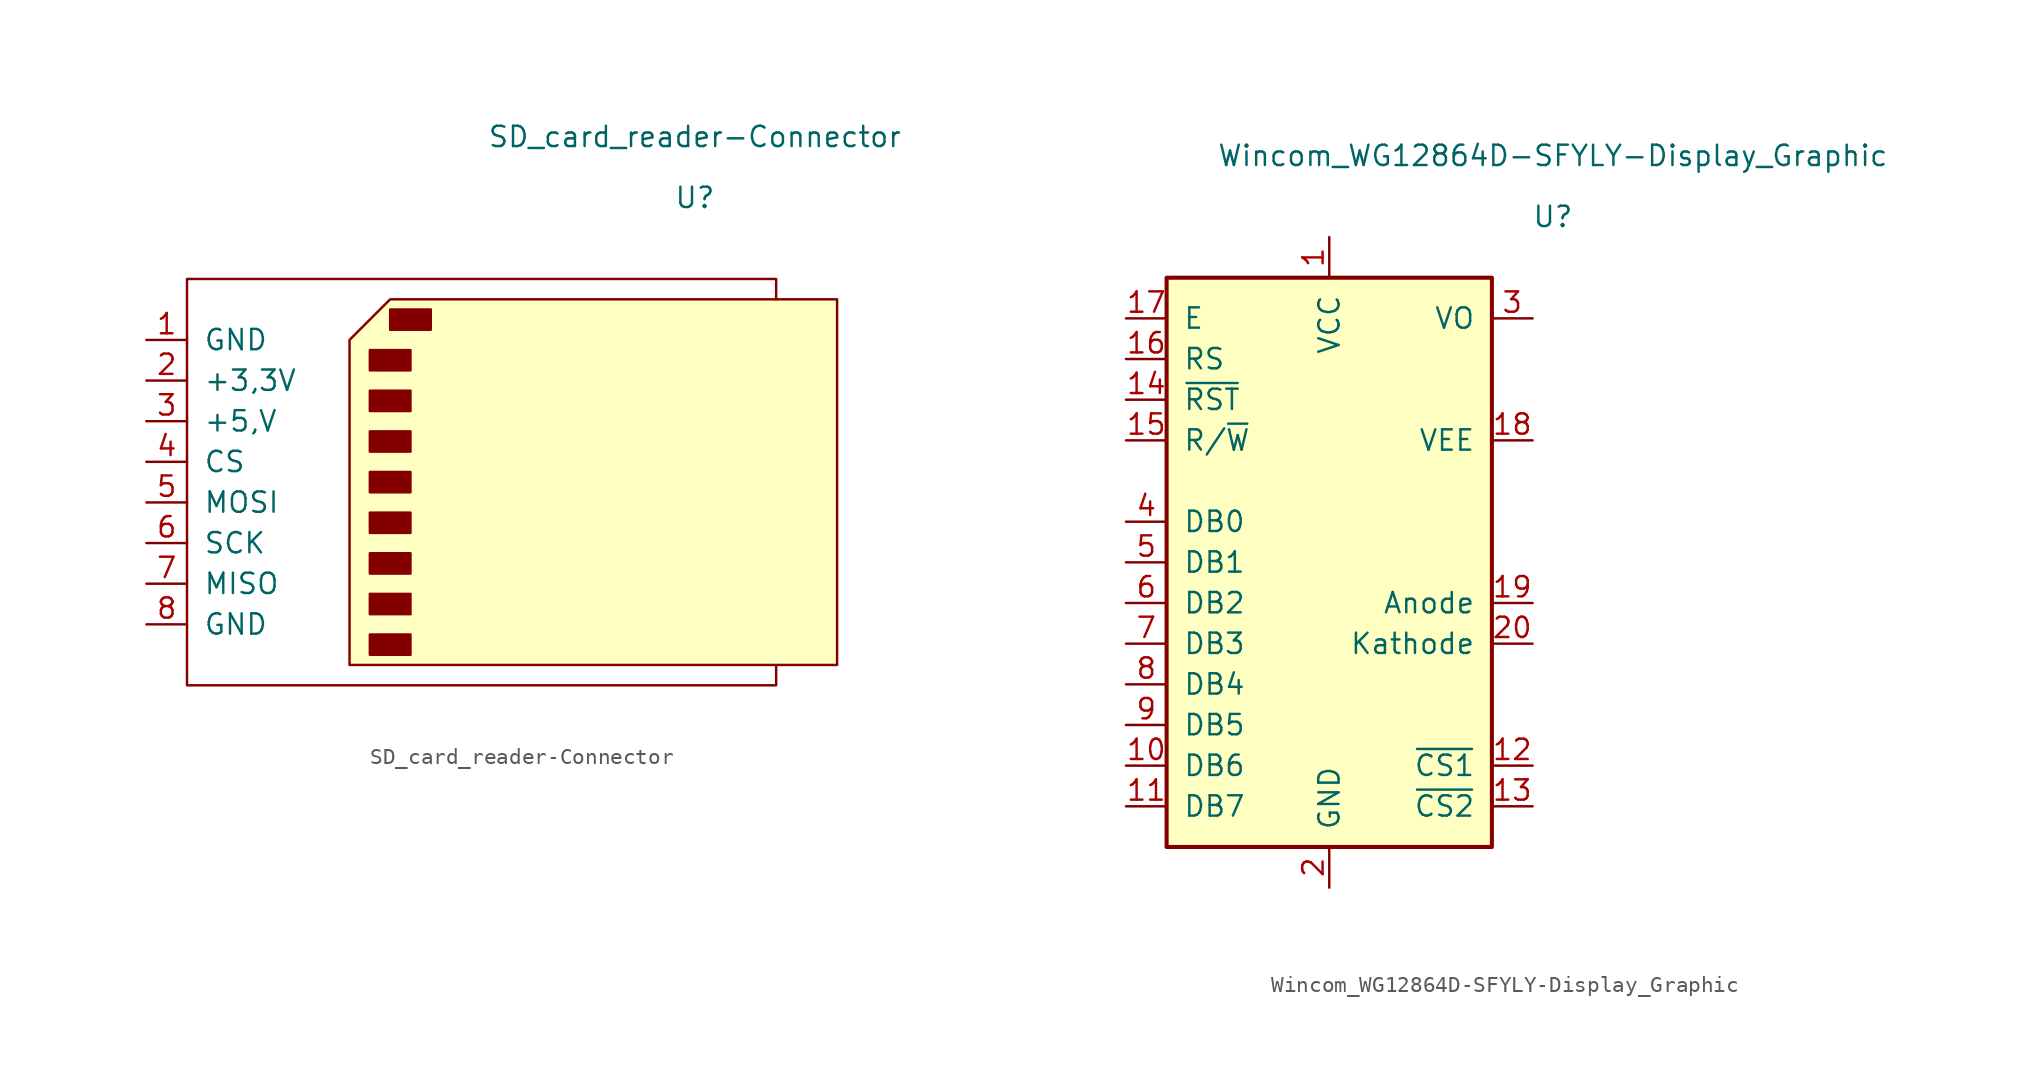
<source format=kicad_sym>
(kicad_symbol_lib
  (version 20220914)
  (generator kicad_symbol_editor)
  (symbol "SD_card_reader-Connector"
    (pin_names
      (offset 1.016))
    (property "Reference" "U"
      (at 10.16 17.78 0)
      (effects (font (size 1.27 1.27))))
    (property "Value" "SD_card_reader-Connector"
      (at 10.16 21.59 0)
      (effects (font (size 1.27 1.27))))
    (symbol "SD_card_reader-Connector_0_1"
      (rectangle (start -10.16 -9.525) (end -7.62 -10.795) (stroke (width 0) (type solid)) (fill (type outline)))
      (rectangle (start -10.16 -6.985) (end -7.62 -8.255) (stroke (width 0) (type solid)) (fill (type outline)))
      (rectangle (start -10.16 -4.445) (end -7.62 -5.715) (stroke (width 0) (type solid)) (fill (type outline)))
      (rectangle (start -10.16 -1.905) (end -7.62 -3.175) (stroke (width 0) (type solid)) (fill (type outline)))
      (rectangle (start -10.16 0.635) (end -7.62 -0.635) (stroke (width 0) (type solid)) (fill (type outline)))
      (rectangle (start -10.16 3.175) (end -7.62 1.905) (stroke (width 0) (type solid)) (fill (type outline)))
      (rectangle (start -10.16 5.715) (end -7.62 4.445) (stroke (width 0) (type solid)) (fill (type outline)))
      (rectangle (start -10.16 8.255) (end -7.62 6.985) (stroke (width 0) (type solid)) (fill (type outline)))
      (rectangle (start -8.89 10.795) (end -6.35 9.525) (stroke (width 0) (type solid)) (fill (type outline)))
      (polyline (pts (xy -11.43 8.89) (xy -8.89 11.43) (xy 19.05 11.43) (xy 19.05 -11.43) (xy -11.43 -11.43) (xy -11.43 8.89)) (stroke (width 0) (type solid)) (fill (type background)))
      (polyline (pts (xy 15.24 11.43) (xy 15.24 12.7) (xy -21.59 12.7) (xy -21.59 -12.7) (xy 15.24 -12.7) (xy 15.24 -11.43)) (stroke (width 0) (type solid)) (fill (type none))))
    (symbol "SD_card_reader-Connector_1_1"
      (pin power_out line (at -24.13 8.89 0) (length 2.54) (name "GND" (effects (font (size 1.27 1.27)))) (number "1" (effects (font (size 1.27 1.27)))))
      (pin power_in line (at -24.13 6.35 0) (length 2.54) (name "+3,3V" (effects (font (size 1.27 1.27)))) (number "2" (effects (font (size 1.27 1.27)))))
      (pin power_in line (at -24.13 3.81 0) (length 2.54) (name "+5,V" (effects (font (size 1.27 1.27)))) (number "3" (effects (font (size 1.27 1.27)))))
      (pin input line (at -24.13 1.27 0) (length 2.54) (name "CS" (effects (font (size 1.27 1.27)))) (number "4" (effects (font (size 1.27 1.27)))))
      (pin input line (at -24.13 -1.27 0) (length 2.54) (name "MOSI" (effects (font (size 1.27 1.27)))) (number "5" (effects (font (size 1.27 1.27)))))
      (pin input line (at -24.13 -3.81 0) (length 2.54) (name "SCK" (effects (font (size 1.27 1.27)))) (number "6" (effects (font (size 1.27 1.27)))))
      (pin output line (at -24.13 -6.35 0) (length 2.54) (name "MISO" (effects (font (size 1.27 1.27)))) (number "7" (effects (font (size 1.27 1.27)))))
      (pin power_out line (at -24.13 -8.89 0) (length 2.54) (name "GND" (effects (font (size 1.27 1.27)))) (number "8" (effects (font (size 1.27 1.27)))))))
  (symbol "Wincom_WG12864D-SFYLY-Display_Graphic"
    (pin_names
      (offset 1.016))
    (property "Reference" "U"
      (at 13.97 22.86 0)
      (effects (font (size 1.27 1.27))))
    (property "Value" "Wincom_WG12864D-SFYLY-Display_Graphic"
      (at 13.97 26.67 0)
      (effects (font (size 1.27 1.27))))
    (symbol "Wincom_WG12864D-SFYLY-Display_Graphic_0_1"
      (rectangle (start -10.16 19.05) (end 10.16 -16.51) (stroke (width 0.254) (type solid)) (fill (type background))))
    (symbol "Wincom_WG12864D-SFYLY-Display_Graphic_1_1"
      (pin power_in line (at 0 21.59 270) (length 2.54) (name "VCC" (effects (font (size 1.27 1.27)))) (number "1" (effects (font (size 1.27 1.27)))))
      (pin bidirectional line (at -12.7 -11.43 0) (length 2.54) (name "DB6" (effects (font (size 1.27 1.27)))) (number "10" (effects (font (size 1.27 1.27)))))
      (pin bidirectional line (at -12.7 -13.97 0) (length 2.54) (name "DB7" (effects (font (size 1.27 1.27)))) (number "11" (effects (font (size 1.27 1.27)))))
      (pin input line (at 12.7 -11.43 180) (length 2.54) (name "~{CS1}" (effects (font (size 1.27 1.27)))) (number "12" (effects (font (size 1.27 1.27)))))
      (pin input line (at 12.7 -13.97 180) (length 2.54) (name "~{CS2}" (effects (font (size 1.27 1.27)))) (number "13" (effects (font (size 1.27 1.27)))))
      (pin input line (at -12.7 11.43 0) (length 2.54) (name "~{RST}" (effects (font (size 1.27 1.27)))) (number "14" (effects (font (size 1.27 1.27)))))
      (pin input line (at -12.7 8.89 0) (length 2.54) (name "R/~{W}" (effects (font (size 1.27 1.27)))) (number "15" (effects (font (size 1.27 1.27)))))
      (pin input line (at -12.7 13.97 0) (length 2.54) (name "RS" (effects (font (size 1.27 1.27)))) (number "16" (effects (font (size 1.27 1.27)))))
      (pin input line (at -12.7 16.51 0) (length 2.54) (name "E" (effects (font (size 1.27 1.27)))) (number "17" (effects (font (size 1.27 1.27)))))
      (pin passive line (at 12.7 8.89 180) (length 2.54) (name "VEE" (effects (font (size 1.27 1.27)))) (number "18" (effects (font (size 1.27 1.27)))))
      (pin input line (at 12.7 -1.27 180) (length 2.54) (name "Anode" (effects (font (size 1.27 1.27)))) (number "19" (effects (font (size 1.27 1.27)))))
      (pin power_in line (at 0 -19.05 90) (length 2.54) (name "GND" (effects (font (size 1.27 1.27)))) (number "2" (effects (font (size 1.27 1.27)))))
      (pin input line (at 12.7 -3.81 180) (length 2.54) (name "Kathode" (effects (font (size 1.27 1.27)))) (number "20" (effects (font (size 1.27 1.27)))))
      (pin passive line (at 12.7 16.51 180) (length 2.54) (name "VO" (effects (font (size 1.27 1.27)))) (number "3" (effects (font (size 1.27 1.27)))))
      (pin bidirectional line (at -12.7 3.81 0) (length 2.54) (name "DB0" (effects (font (size 1.27 1.27)))) (number "4" (effects (font (size 1.27 1.27)))))
      (pin bidirectional line (at -12.7 1.27 0) (length 2.54) (name "DB1" (effects (font (size 1.27 1.27)))) (number "5" (effects (font (size 1.27 1.27)))))
      (pin bidirectional line (at -12.7 -1.27 0) (length 2.54) (name "DB2" (effects (font (size 1.27 1.27)))) (number "6" (effects (font (size 1.27 1.27)))))
      (pin bidirectional line (at -12.7 -3.81 0) (length 2.54) (name "DB3" (effects (font (size 1.27 1.27)))) (number "7" (effects (font (size 1.27 1.27)))))
      (pin bidirectional line (at -12.7 -6.35 0) (length 2.54) (name "DB4" (effects (font (size 1.27 1.27)))) (number "8" (effects (font (size 1.27 1.27)))))
      (pin bidirectional line (at -12.7 -8.89 0) (length 2.54) (name "DB5" (effects (font (size 1.27 1.27)))) (number "9" (effects (font (size 1.27 1.27))))))))
</source>
